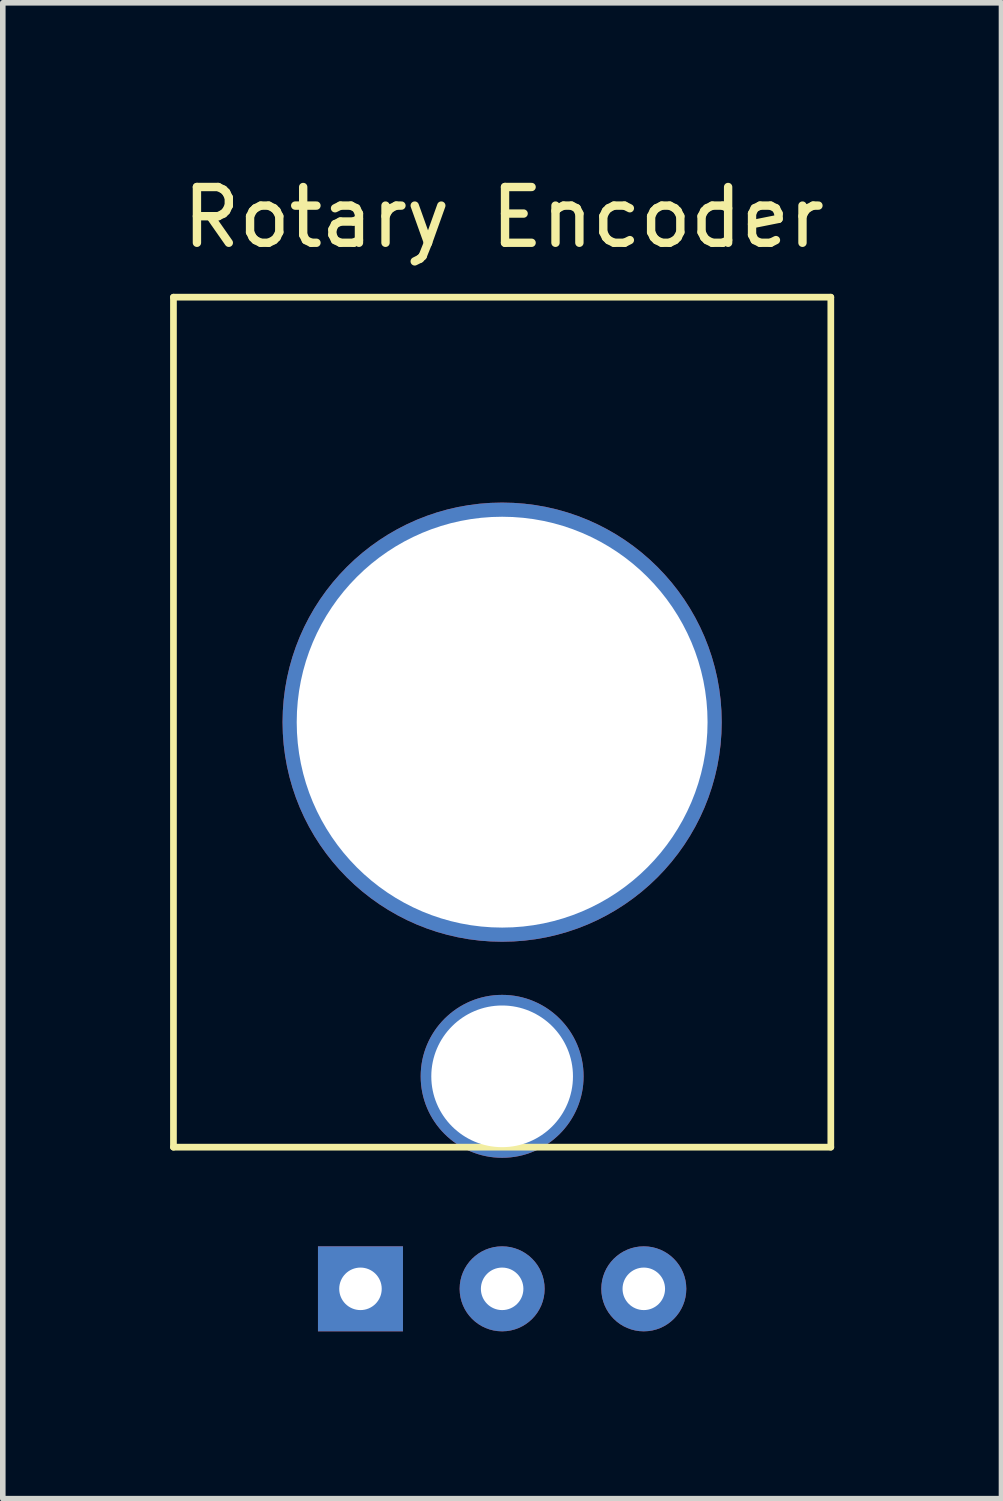
<source format=kicad_pcb>
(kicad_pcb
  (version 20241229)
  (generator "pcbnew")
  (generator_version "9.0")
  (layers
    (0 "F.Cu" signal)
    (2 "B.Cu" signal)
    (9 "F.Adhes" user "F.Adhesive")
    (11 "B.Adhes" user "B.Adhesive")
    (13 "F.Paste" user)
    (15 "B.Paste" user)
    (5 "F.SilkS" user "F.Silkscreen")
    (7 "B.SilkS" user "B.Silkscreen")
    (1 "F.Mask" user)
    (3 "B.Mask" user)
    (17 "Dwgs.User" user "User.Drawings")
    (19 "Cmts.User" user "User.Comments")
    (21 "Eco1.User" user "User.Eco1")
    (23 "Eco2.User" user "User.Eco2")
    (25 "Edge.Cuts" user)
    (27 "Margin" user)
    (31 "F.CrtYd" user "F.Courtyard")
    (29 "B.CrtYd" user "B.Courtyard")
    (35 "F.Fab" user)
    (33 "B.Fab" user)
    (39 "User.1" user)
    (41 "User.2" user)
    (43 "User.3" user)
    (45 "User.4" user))
  (footprint "Rotary Encoder"
    (layer "F.Cu")
    (at 5.953 9.898)
    (property "Reference" "Rotary Encoder" (at 0.028 -9.05 0) (layer "F.SilkS") (effects (font (size 1 1) (thickness 0.15))))
    (attr through_hole)
    (fp_line (start -5.893 -7.62) (end -5.893 7.62) (stroke (width 0.12) (type solid)) (layer "F.SilkS"))
    (fp_line (start -5.893 -7.62) (end 5.893 -7.62) (stroke (width 0.12) (type solid)) (layer "F.SilkS"))
    (fp_line (start -5.893 7.62) (end 5.893 7.62) (stroke (width 0.12) (type solid)) (layer "F.SilkS"))
    (fp_line (start 5.893 -7.62) (end 5.893 7.62) (stroke (width 0.12) (type solid)) (layer "F.SilkS"))
    (pad "" thru_hole circle (at 0 0) (size 7.874 7.874) (drill 7.366) (layers "*.Cu" "*.Mask"))
    (pad "" thru_hole circle (at 0 6.35) (size 2.921 2.921) (drill 2.54) (layers "*.Cu" "*.Mask"))
    (pad "A" thru_hole rect (at -2.54 10.16) (size 1.524 1.524) (drill 0.762) (layers "*.Cu" "*.Mask"))
    (pad "B" thru_hole circle (at 2.54 10.16) (size 1.524 1.524) (drill 0.762) (layers "*.Cu" "*.Mask"))
    (pad "C" thru_hole circle (at 0 10.16) (size 1.524 1.524) (drill 0.762) (layers "*.Cu" "*.Mask")))
  (gr_rect
    (start -3 -3)
    (end 14.906 23.82)
    (stroke (width 0.1) (type default))
    (fill no)
    (layer "Edge.Cuts")))
</source>
